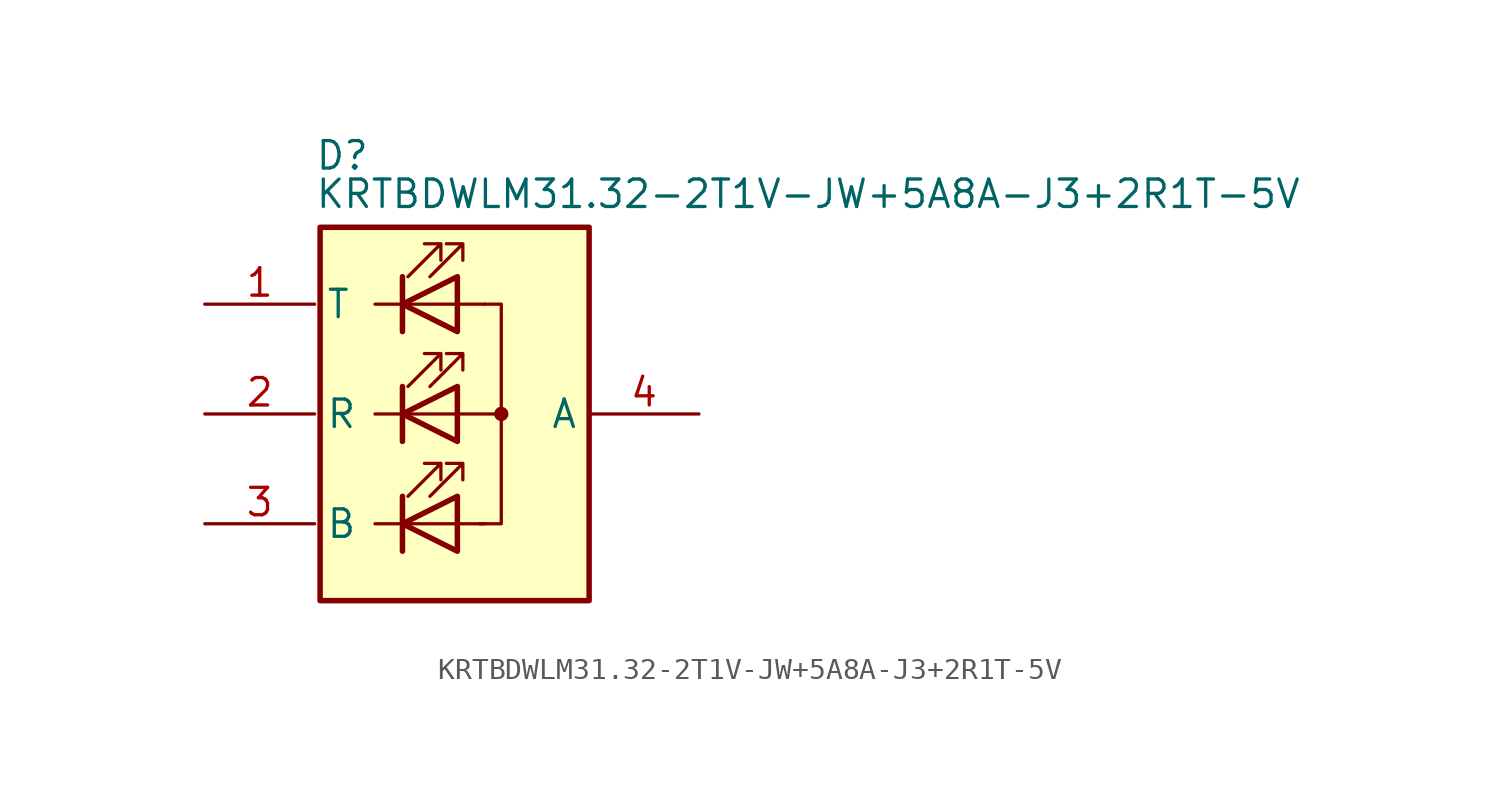
<source format=kicad_sym>
(kicad_symbol_lib
  (version 20241209)
  (generator "kicad_symbol_editor")
  (generator_version "9.0")
  (symbol "KRTBDWLM31.32-2T1V-JW+5A8A-J3+2R1T-5V"
    (property "Reference" "D"
      (at 5.08 7.62 0)
      (effects (font (size 1.27 1.27)) (justify left top)))
    (property "Value" "KRTBDWLM31.32-2T1V-JW+5A8A-J3+2R1T-5V"
      (at 5.08 5.842 0)
      (effects (font (size 1.27 1.27)) (justify left top)))
    (symbol "KRTBDWLM31.32-2T1V-JW+5A8A-J3+2R1T-5V_0_1"
      (polyline (pts (xy 7.874 0) (xy 11.684 0)) (stroke (width 0) (type default)) (fill (type none)))
      (polyline (pts (xy 7.874 -10.16) (xy 11.684 -10.16)) (stroke (width 0) (type default)) (fill (type none)))
      (polyline (pts (xy 9.144 1.27) (xy 9.144 -1.27)) (stroke (width 0.254) (type default)) (fill (type none)))
      (polyline (pts (xy 9.144 1.27) (xy 9.144 -1.27) (xy 9.144 -1.27)) (stroke (width 0) (type default)) (fill (type none)))
      (polyline (pts (xy 9.144 -3.81) (xy 9.144 -6.35)) (stroke (width 0.254) (type default)) (fill (type none)))
      (polyline (pts (xy 9.144 -8.89) (xy 9.144 -11.43)) (stroke (width 0.254) (type default)) (fill (type none)))
      (polyline (pts (xy 9.398 1.27) (xy 10.922 2.794) (xy 10.16 2.794) (xy 10.922 2.794) (xy 10.922 2.032)) (stroke (width 0) (type default)) (fill (type none)))
      (polyline (pts (xy 9.398 -3.81) (xy 9.906 -3.302) (xy 10.922 -2.286) (xy 10.16 -2.286) (xy 10.922 -2.286) (xy 10.922 -3.048)) (stroke (width 0) (type default)) (fill (type none)))
      (polyline (pts (xy 9.398 -8.89) (xy 10.922 -7.366) (xy 10.16 -7.366) (xy 10.922 -7.366) (xy 10.922 -8.128)) (stroke (width 0) (type default)) (fill (type none)))
      (polyline (pts (xy 10.414 1.27) (xy 11.938 2.794) (xy 11.176 2.794) (xy 11.938 2.794) (xy 11.938 2.032)) (stroke (width 0) (type default)) (fill (type none)))
      (polyline (pts (xy 10.414 -3.81) (xy 11.43 -2.794) (xy 11.938 -2.286) (xy 11.176 -2.286) (xy 11.938 -2.286) (xy 11.938 -3.048)) (stroke (width 0) (type default)) (fill (type none)))
      (polyline (pts (xy 10.414 -8.89) (xy 11.938 -7.366) (xy 11.176 -7.366) (xy 11.938 -7.366) (xy 11.938 -8.128)) (stroke (width 0) (type default)) (fill (type none)))
      (polyline (pts (xy 11.684 1.27) (xy 11.684 -1.27) (xy 9.144 0) (xy 11.684 1.27)) (stroke (width 0.254) (type default)) (fill (type none)))
      (rectangle (start 11.684 1.27) (end 11.684 1.27) (stroke (width 0) (type default)) (fill (type none)))
      (polyline (pts (xy 11.684 0) (xy 12.954 0)) (stroke (width 0) (type default)) (fill (type none)))
      (rectangle (start 11.684 -1.27) (end 11.684 1.27) (stroke (width 0) (type default)) (fill (type none)))
      (polyline (pts (xy 11.684 -3.81) (xy 11.684 -6.35) (xy 9.144 -5.08) (xy 11.684 -3.81)) (stroke (width 0.254) (type default)) (fill (type none)))
      (polyline (pts (xy 11.684 -8.89) (xy 11.684 -11.43) (xy 9.144 -10.16) (xy 11.684 -8.89)) (stroke (width 0.254) (type default)) (fill (type none)))
      (polyline (pts (xy 11.684 -10.16) (xy 12.954 -10.16)) (stroke (width 0) (type default)) (fill (type none)))
      (polyline (pts (xy 12.954 0) (xy 13.716 0) (xy 13.716 -10.16) (xy 12.7 -10.16)) (stroke (width 0) (type default)) (fill (type none)))
      (polyline (pts (xy 13.716 -5.08) (xy 7.874 -5.08)) (stroke (width 0) (type default)) (fill (type none)))
      (circle (center 13.716 -5.08) (radius 0.254) (stroke (width 0) (type default)) (fill (type outline))))
    (symbol "KRTBDWLM31.32-2T1V-JW+5A8A-J3+2R1T-5V_1_1"
      (rectangle (start 5.334 3.556) (end 17.78 -13.716) (stroke (width 0.254) (type default)) (fill (type background)))
      (pin passive line (at 0 0 0) (length 5.08) (name "T" (effects (font (size 1.27 1.27)))) (number "1" (effects (font (size 1.27 1.27)))))
      (pin passive line (at 0 -5.08 0) (length 5.08) (name "R" (effects (font (size 1.27 1.27)))) (number "2" (effects (font (size 1.27 1.27)))))
      (pin passive line (at 0 -10.16 0) (length 5.08) (name "B" (effects (font (size 1.27 1.27)))) (number "3" (effects (font (size 1.27 1.27)))))
      (pin passive line (at 22.86 -5.08 180) (length 5.08) (name "A" (effects (font (size 1.27 1.27)))) (number "4" (effects (font (size 1.27 1.27))))))))
</source>
